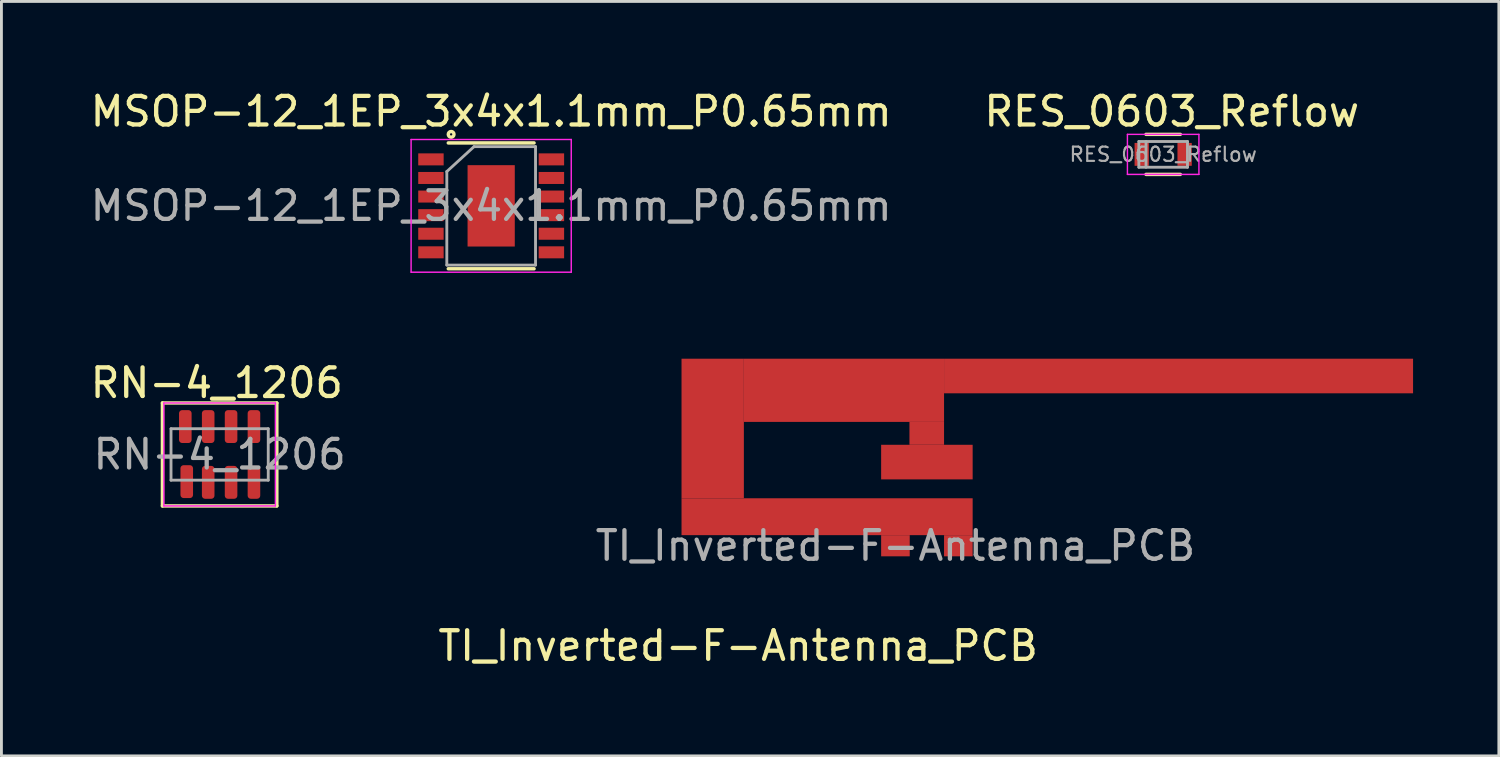
<source format=kicad_pcb>
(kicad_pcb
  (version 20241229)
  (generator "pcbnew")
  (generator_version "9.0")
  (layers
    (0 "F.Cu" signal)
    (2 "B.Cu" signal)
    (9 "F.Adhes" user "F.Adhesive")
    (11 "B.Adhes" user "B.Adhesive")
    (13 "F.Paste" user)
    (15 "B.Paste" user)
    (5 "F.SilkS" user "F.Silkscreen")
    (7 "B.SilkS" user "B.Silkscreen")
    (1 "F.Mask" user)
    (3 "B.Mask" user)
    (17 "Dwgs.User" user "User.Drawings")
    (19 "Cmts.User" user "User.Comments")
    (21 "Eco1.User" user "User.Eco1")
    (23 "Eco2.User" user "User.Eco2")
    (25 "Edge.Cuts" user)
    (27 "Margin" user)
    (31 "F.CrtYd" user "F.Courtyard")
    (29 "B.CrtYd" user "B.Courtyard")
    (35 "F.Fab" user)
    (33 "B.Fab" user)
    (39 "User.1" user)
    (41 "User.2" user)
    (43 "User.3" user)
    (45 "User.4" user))
  (footprint "RN-4_1206"
    (layer "F.Cu")
    (at 4.63 12.841)
    (property "Reference" "RN-4_1206" (at -0.1 -2.5 0) (layer "F.SilkS") (effects (font (size 1 1) (thickness 0.15))))
    (attr smd)
    (fp_line (start -2 -1.8) (end 2 -1.8) (stroke (width 0.12) (type solid)) (layer "F.SilkS"))
    (fp_line (start -2 1.8) (end -2 -1.8) (stroke (width 0.12) (type solid)) (layer "F.SilkS"))
    (fp_line (start 2 -1.8) (end 2 1.8) (stroke (width 0.12) (type solid)) (layer "F.SilkS"))
    (fp_line (start 2 1.8) (end -2 1.8) (stroke (width 0.12) (type solid)) (layer "F.SilkS"))
    (fp_line (start -1.95 -1.8) (end -1.95 1.8) (stroke (width 0.05) (type solid)) (layer "F.CrtYd"))
    (fp_line (start 1.95 -1.8) (end -1.95 -1.8) (stroke (width 0.05) (type solid)) (layer "F.CrtYd"))
    (fp_line (start 1.95 -1.8) (end 1.95 1.8) (stroke (width 0.05) (type solid)) (layer "F.CrtYd"))
    (fp_line (start 1.95 1.8) (end -1.95 1.8) (stroke (width 0.05) (type solid)) (layer "F.CrtYd"))
    (fp_line (start -1.7 -0.9) (end 1.7 -0.9) (stroke (width 0.1) (type solid)) (layer "F.Fab"))
    (fp_line (start -1.7 0.9) (end -1.7 -0.9) (stroke (width 0.1) (type solid)) (layer "F.Fab"))
    (fp_line (start -1.7 0.9) (end 1.7 0.9) (stroke (width 0.1) (type solid)) (layer "F.Fab"))
    (fp_line (start 1.7 0.9) (end 1.7 -0.9) (stroke (width 0.1) (type solid)) (layer "F.Fab"))
    (fp_text user "${REFERENCE}" (at 0 0 0) (layer "F.Fab") (effects (font (size 1 1) (thickness 0.15))))
    (pad "1" smd roundrect (at -1.2 -0.975) (size 0.44 1.15) (layers "F.Cu" "F.Mask" "F.Paste") (roundrect_rratio 0.25))
    (pad "2" smd roundrect (at -0.4 -0.975) (size 0.44 1.15) (layers "F.Cu" "F.Mask" "F.Paste") (roundrect_rratio 0.25))
    (pad "3" smd roundrect (at 0.4 -0.975) (size 0.44 1.15) (layers "F.Cu" "F.Mask" "F.Paste") (roundrect_rratio 0.25))
    (pad "4" smd roundrect (at 1.2 -0.975) (size 0.44 1.15) (layers "F.Cu" "F.Mask" "F.Paste") (roundrect_rratio 0.25))
    (pad "5" smd roundrect (at -1.15 0.95) (size 0.44 1.15) (layers "F.Cu" "F.Mask" "F.Paste") (roundrect_rratio 0.25))
    (pad "6" smd roundrect (at -0.4 0.975) (size 0.44 1.15) (layers "F.Cu" "F.Mask" "F.Paste") (roundrect_rratio 0.25))
    (pad "7" smd roundrect (at 0.4 0.975) (size 0.44 1.15) (layers "F.Cu" "F.Mask" "F.Paste") (roundrect_rratio 0.25))
    (pad "8" smd roundrect (at 1.2 0.975) (size 0.44 1.15) (layers "F.Cu" "F.Mask" "F.Paste") (roundrect_rratio 0.25)))
  (footprint "TI_Inverted-F-Antenna_PCB"
    (layer "F.Cu")
    (at 28.261 16.033)
    (property "Reference" "TI_Inverted-F-Antenna_PCB" (at -5.5 3.5 0) (layer "F.SilkS") (effects (font (size 1 1) (thickness 0.15))))
    (attr exclude_from_pos_files exclude_from_bom)
    (fp_text user "${REFERENCE}" (at 0 0 0) (layer "F.Fab") (effects (font (size 1 1) (thickness 0.15))))
    (pad "1" smd rect (at -6.39 -4.1) (size 2.18 4.88) (layers "F.Cu"))
    (pad "1" smd rect (at -2.39 -1.015) (size 10.18 1.29) (layers "F.Cu"))
    (pad "1" smd rect (at -1.8 -5.435) (size 7 2.21) (layers "F.Cu"))
    (pad "1" smd rect (at 0 0) (size 1 0.74) (layers "F.Cu"))
    (pad "1" smd rect (at 1.095 -3.93) (size 1.21 0.8) (layers "F.Cu"))
    (pad "1" smd rect (at 2.2 0) (size 1 0.74) (layers "F.Cu"))
    (pad "1" smd rect (at 9.9 -5.935) (size 16.4 1.21) (layers "F.Cu"))
    (pad "2" smd rect (at 1.1 -2.925) (size 3.2 1.21) (layers "F.Cu")))
  (footprint "MSOP-12_1EP_3x4x1.1mm_P0.65mm"
    (layer "F.Cu")
    (at 14.125 4.148)
    (property "Reference" "MSOP-12_1EP_3x4x1.1mm_P0.65mm" (at 0 -3.3 0) (layer "F.SilkS") (effects (font (size 1 1) (thickness 0.15))))
    (attr smd)
    (fp_line (start 1.5 -2.2) (end -1.5 -2.2) (stroke (width 0.12) (type solid)) (layer "F.SilkS"))
    (fp_line (start 1.5 2.2) (end -1.5 2.2) (stroke (width 0.12) (type solid)) (layer "F.SilkS"))
    (fp_circle (center -1.4 -2.5) (end -1.4 -2.4) (stroke (width 0.12) (type solid)) (fill no) (layer "F.SilkS"))
    (fp_line (start -2.8 -2.32) (end 2.8 -2.32) (stroke (width 0.05) (type solid)) (layer "F.CrtYd"))
    (fp_line (start -2.8 2.32) (end -2.8 -2.32) (stroke (width 0.05) (type solid)) (layer "F.CrtYd"))
    (fp_line (start -2.8 2.32) (end 2.8 2.32) (stroke (width 0.05) (type solid)) (layer "F.CrtYd"))
    (fp_line (start 2.8 2.32) (end 2.8 -2.32) (stroke (width 0.05) (type solid)) (layer "F.CrtYd"))
    (fp_line (start -1.551 -1.2) (end -1.551 2.071) (stroke (width 0.1) (type solid)) (layer "F.Fab"))
    (fp_line (start -1.551 -1.2) (end -0.6 -2.071) (stroke (width 0.1) (type solid)) (layer "F.Fab"))
    (fp_line (start -1.551 2.071) (end 1.551 2.071) (stroke (width 0.1) (type solid)) (layer "F.Fab"))
    (fp_line (start -0.6 -2.071) (end 1.551 -2.071) (stroke (width 0.1) (type solid)) (layer "F.Fab"))
    (fp_line (start 1.551 2.071) (end 1.551 -2.071) (stroke (width 0.1) (type solid)) (layer "F.Fab"))
    (fp_text user "${REFERENCE}" (at 0 0 0) (layer "F.Fab") (effects (font (size 1 1) (thickness 0.15))))
    (pad "1" smd rect (at -2.106 -1.625) (size 0.889 0.42) (layers "F.Cu" "F.Mask" "F.Paste"))
    (pad "2" smd rect (at -2.106 -0.975) (size 0.889 0.42) (layers "F.Cu" "F.Mask" "F.Paste"))
    (pad "3" smd rect (at -2.106 -0.325) (size 0.889 0.42) (layers "F.Cu" "F.Mask" "F.Paste"))
    (pad "4" smd rect (at -2.106 0.325) (size 0.889 0.42) (layers "F.Cu" "F.Mask" "F.Paste"))
    (pad "5" smd rect (at -2.106 0.975) (size 0.889 0.42) (layers "F.Cu" "F.Mask" "F.Paste"))
    (pad "6" smd rect (at -2.106 1.625) (size 0.889 0.42) (layers "F.Cu" "F.Mask" "F.Paste"))
    (pad "7" smd rect (at 2.106 1.625) (size 0.889 0.42) (layers "F.Cu" "F.Mask" "F.Paste"))
    (pad "8" smd rect (at 2.106 0.975) (size 0.889 0.42) (layers "F.Cu" "F.Mask" "F.Paste"))
    (pad "9" smd rect (at 2.106 0.325) (size 0.889 0.42) (layers "F.Cu" "F.Mask" "F.Paste"))
    (pad "10" smd rect (at 2.106 -0.325) (size 0.889 0.42) (layers "F.Cu" "F.Mask" "F.Paste"))
    (pad "11" smd rect (at 2.106 -0.975) (size 0.889 0.42) (layers "F.Cu" "F.Mask" "F.Paste"))
    (pad "12" smd rect (at 2.106 -1.625) (size 0.889 0.42) (layers "F.Cu" "F.Mask" "F.Paste"))
    (pad "13" smd rect (at 0 0) (size 1.651 2.845) (layers "F.Cu" "F.Mask" "F.Paste")))
  (footprint "RES_0603_Reflow"
    (layer "F.Cu")
    (at 37.623 2.348)
    (property "Reference" "RES_0603_Reflow" (at 0.3 -1.5 0) (layer "F.SilkS") (effects (font (size 1 1) (thickness 0.15))))
    (attr smd)
    (fp_line (start -0.6 -0.7) (end 0.6 -0.7) (stroke (width 0.12) (type solid)) (layer "F.SilkS"))
    (fp_line (start -0.6 0.7) (end 0.6 0.7) (stroke (width 0.12) (type solid)) (layer "F.SilkS"))
    (fp_line (start -1.25 -0.7) (end -1.25 0.7) (stroke (width 0.05) (type solid)) (layer "F.CrtYd"))
    (fp_line (start -1.25 -0.7) (end 1.25 -0.7) (stroke (width 0.05) (type solid)) (layer "F.CrtYd"))
    (fp_line (start -1.25 0.7) (end 1.25 0.7) (stroke (width 0.05) (type solid)) (layer "F.CrtYd"))
    (fp_line (start 1.25 0.7) (end 1.25 -0.7) (stroke (width 0.05) (type solid)) (layer "F.CrtYd"))
    (fp_line (start -0.85 -0.45) (end 0.85 -0.45) (stroke (width 0.1) (type solid)) (layer "F.Fab"))
    (fp_line (start -0.85 0.45) (end -0.85 -0.45) (stroke (width 0.1) (type solid)) (layer "F.Fab"))
    (fp_line (start -0.85 0.45) (end 0.85 0.45) (stroke (width 0.1) (type solid)) (layer "F.Fab"))
    (fp_line (start -0.6 -0.45) (end -0.6 0.45) (stroke (width 0.1) (type solid)) (layer "F.Fab"))
    (fp_line (start 0.85 0.45) (end 0.85 -0.45) (stroke (width 0.1) (type solid)) (layer "F.Fab"))
    (fp_text user "${REFERENCE}" (at 0 0 0) (layer "F.Fab") (effects (font (size 0.5 0.5) (thickness 0.075))))
    (pad "1" smd rect (at -0.75 0) (size 0.5 0.8) (layers "F.Cu" "F.Mask" "F.Paste"))
    (pad "2" smd rect (at 0.75 0) (size 0.5 0.8) (layers "F.Cu" "F.Mask" "F.Paste")))
  (gr_rect
    (start -3 -3)
    (end 49.361 23.381)
    (stroke (width 0.1) (type default))
    (fill no)
    (layer "Edge.Cuts")))
</source>
